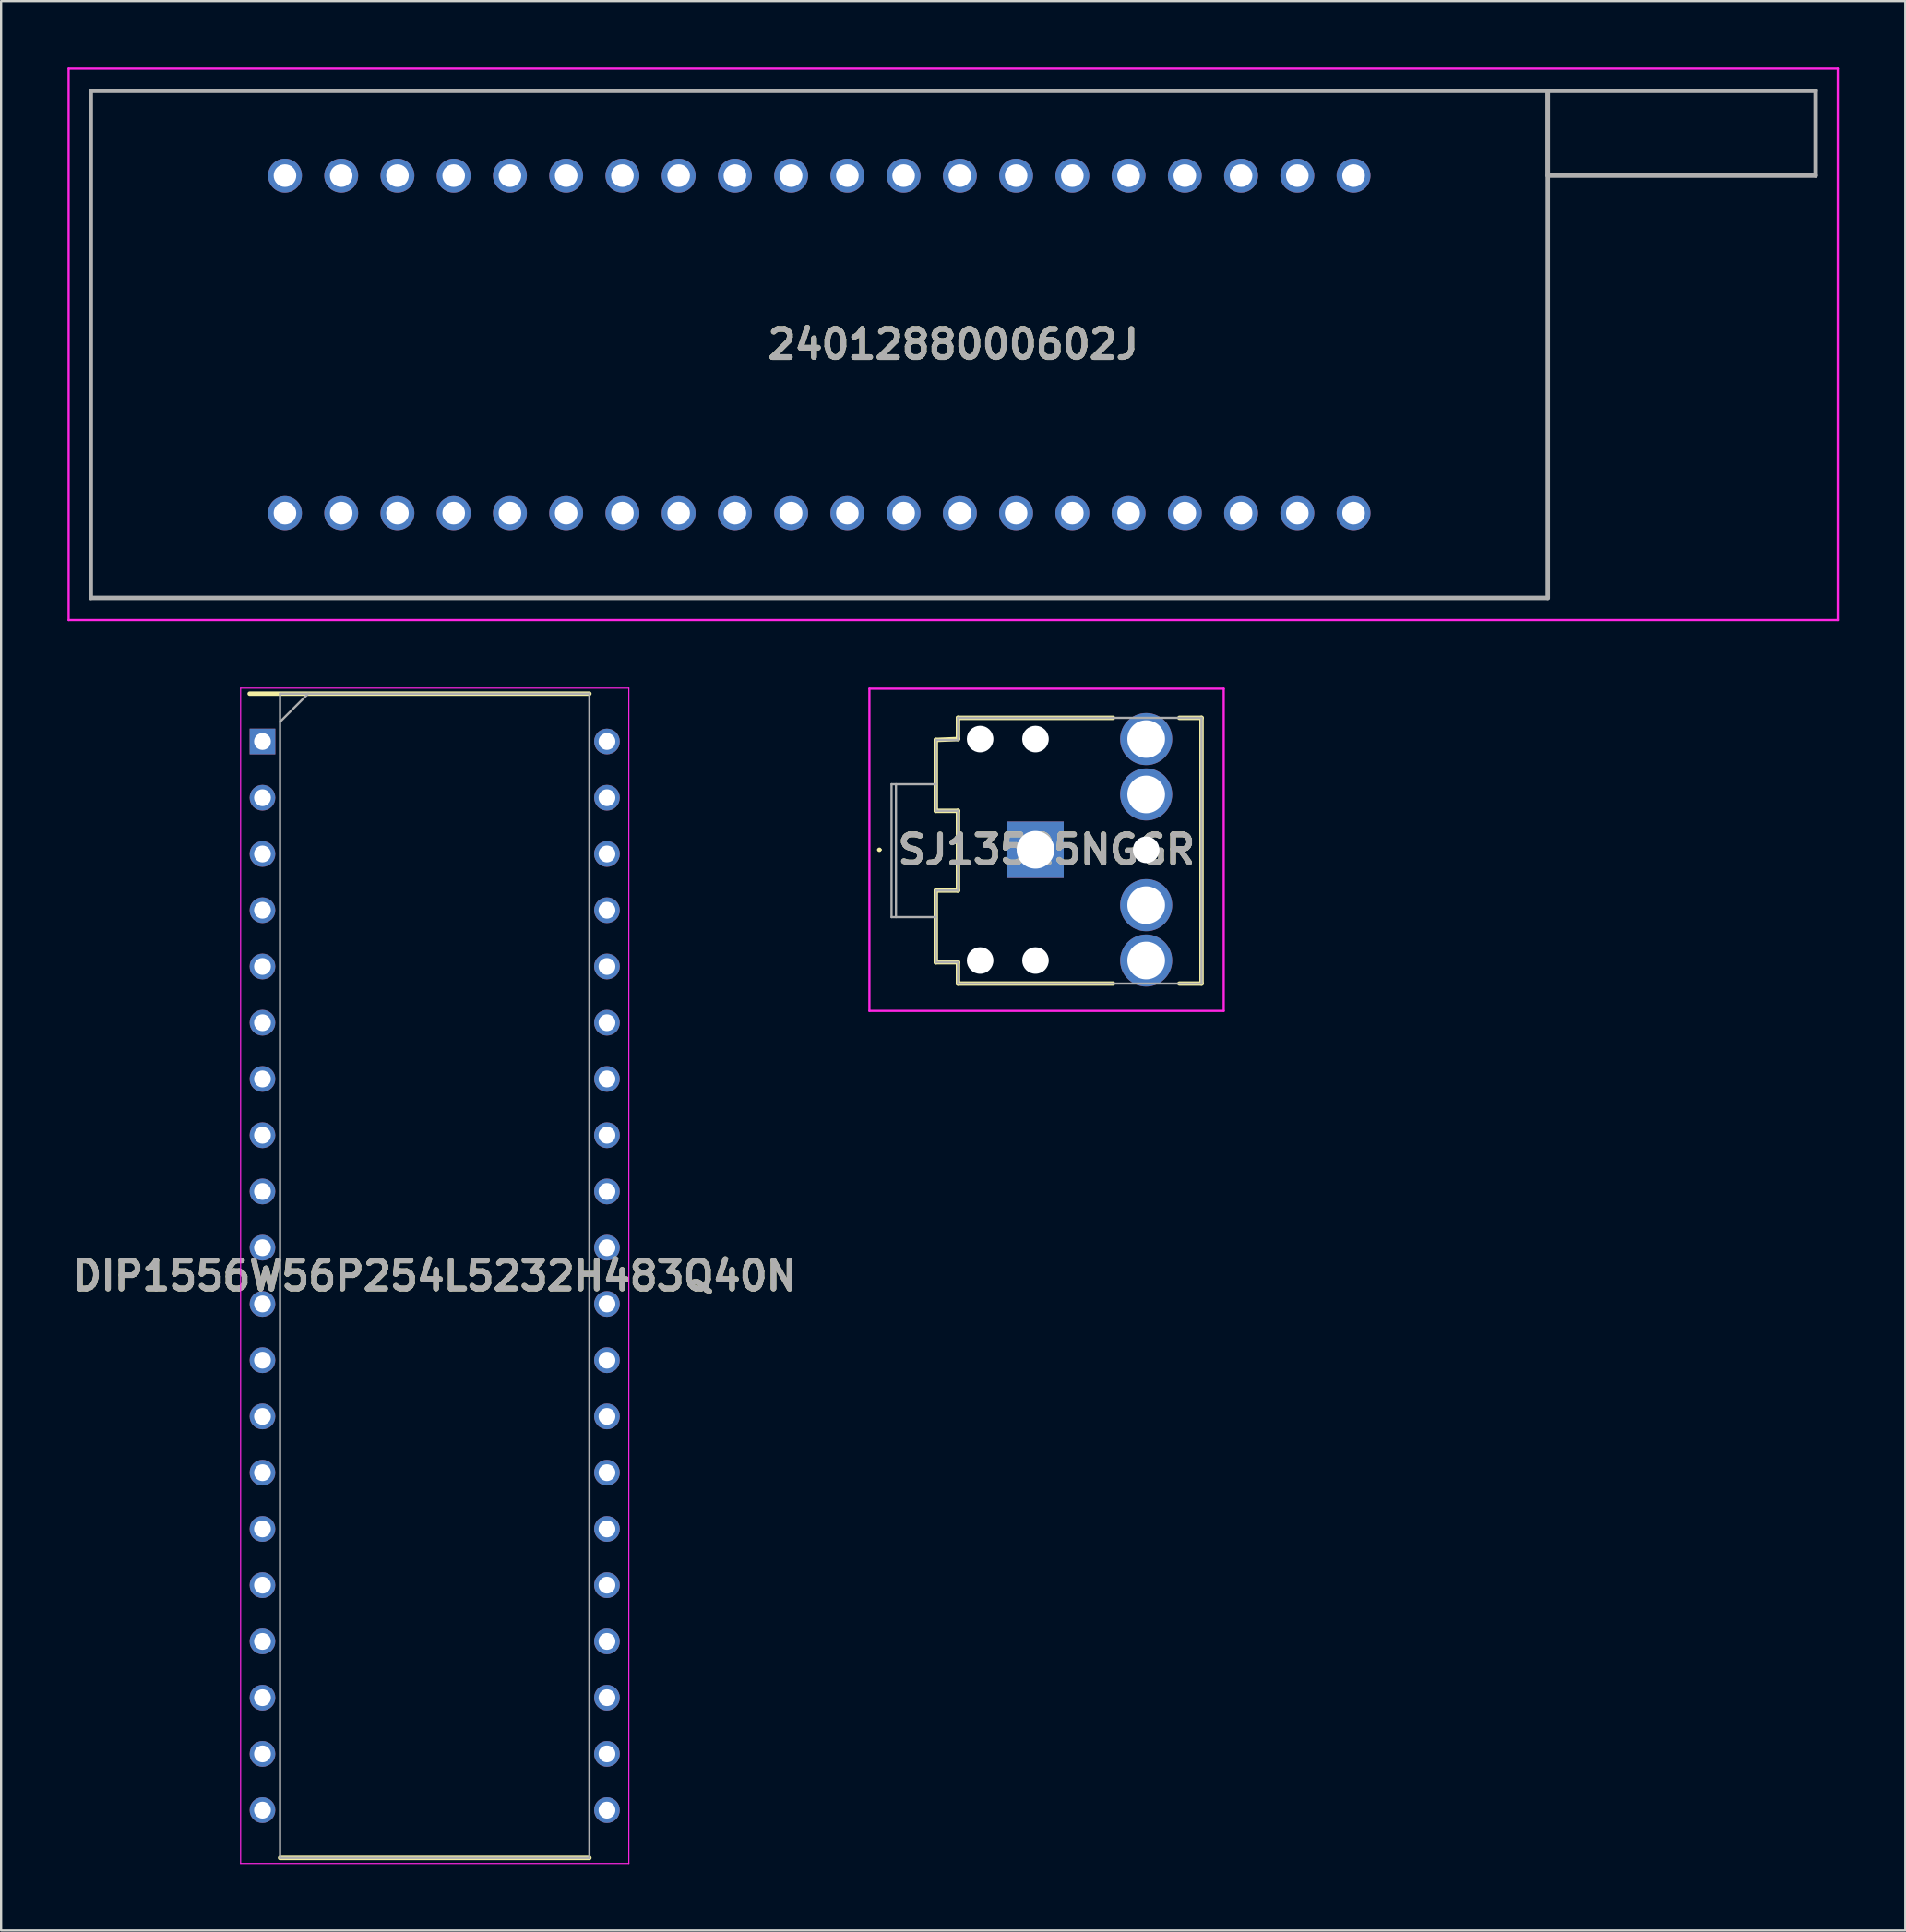
<source format=kicad_pcb>
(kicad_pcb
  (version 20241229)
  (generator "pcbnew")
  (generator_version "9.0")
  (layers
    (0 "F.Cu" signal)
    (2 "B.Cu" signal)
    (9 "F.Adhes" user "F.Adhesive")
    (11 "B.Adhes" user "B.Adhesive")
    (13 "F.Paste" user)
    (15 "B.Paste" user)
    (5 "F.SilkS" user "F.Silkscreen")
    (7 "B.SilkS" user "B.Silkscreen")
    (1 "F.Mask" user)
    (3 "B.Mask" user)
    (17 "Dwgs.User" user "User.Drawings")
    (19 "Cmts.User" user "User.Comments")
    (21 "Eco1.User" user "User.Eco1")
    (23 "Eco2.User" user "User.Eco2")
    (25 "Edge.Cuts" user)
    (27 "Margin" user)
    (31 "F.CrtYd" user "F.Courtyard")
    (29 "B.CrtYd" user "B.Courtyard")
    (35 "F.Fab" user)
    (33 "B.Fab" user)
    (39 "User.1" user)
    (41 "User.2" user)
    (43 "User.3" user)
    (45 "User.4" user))
  (footprint "2401288000602J"
    (layer "F.Cu")
    (at 9.82 20.12)
    (property "Reference" "2401288000602J" (at 30.18 -7.62 0) (layer "F.SilkS") (effects (font (size 1.27 1.27) (thickness 0.254))))
    (attr through_hole)
    (fp_line (start -8.77 -19.07) (end 57.03 -19.07) (stroke (width 0.1) (type solid)) (layer "F.SilkS"))
    (fp_line (start -8.77 3.83) (end -8.77 -19.07) (stroke (width 0.1) (type solid)) (layer "F.SilkS"))
    (fp_line (start 57.03 -19.07) (end 57.03 3.83) (stroke (width 0.1) (type solid)) (layer "F.SilkS"))
    (fp_line (start 57.03 3.83) (end -8.77 3.83) (stroke (width 0.1) (type solid)) (layer "F.SilkS"))
    (fp_line (start -9.77 -20.07) (end 70.13 -20.07) (stroke (width 0.1) (type solid)) (layer "F.CrtYd"))
    (fp_line (start -9.77 4.83) (end -9.77 -20.07) (stroke (width 0.1) (type solid)) (layer "F.CrtYd"))
    (fp_line (start 70.13 -20.07) (end 70.13 4.83) (stroke (width 0.1) (type solid)) (layer "F.CrtYd"))
    (fp_line (start 70.13 4.83) (end -9.77 4.83) (stroke (width 0.1) (type solid)) (layer "F.CrtYd"))
    (fp_line (start -8.77 -19.07) (end -8.77 3.83) (stroke (width 0.2) (type solid)) (layer "F.Fab"))
    (fp_line (start -8.77 3.83) (end 57.03 3.83) (stroke (width 0.2) (type solid)) (layer "F.Fab"))
    (fp_line (start 57.03 -19.07) (end -8.77 -19.07) (stroke (width 0.2) (type solid)) (layer "F.Fab"))
    (fp_line (start 57.03 -19.07) (end 69.13 -19.07) (stroke (width 0.2) (type solid)) (layer "F.Fab"))
    (fp_line (start 57.03 -15.24) (end 57.03 -19.07) (stroke (width 0.2) (type solid)) (layer "F.Fab"))
    (fp_line (start 57.03 3.83) (end 57.03 -19.07) (stroke (width 0.2) (type solid)) (layer "F.Fab"))
    (fp_line (start 69.13 -19.07) (end 69.13 -15.24) (stroke (width 0.2) (type solid)) (layer "F.Fab"))
    (fp_line (start 69.13 -15.24) (end 57.03 -15.24) (stroke (width 0.2) (type solid)) (layer "F.Fab"))
    (fp_text user "${REFERENCE}" (at 30.18 -7.62 0) (layer "F.Fab") (effects (font (size 1.27 1.27) (thickness 0.254))))
    (pad "1" thru_hole circle (at 0 0) (size 1.53 1.53) (drill 1.02) (layers "*.Cu" "*.Mask"))
    (pad "2" thru_hole circle (at 0 -15.24) (size 1.53 1.53) (drill 1.02) (layers "*.Cu" "*.Mask"))
    (pad "3" thru_hole circle (at 2.54 0) (size 1.53 1.53) (drill 1.02) (layers "*.Cu" "*.Mask"))
    (pad "4" thru_hole circle (at 2.54 -15.24) (size 1.53 1.53) (drill 1.02) (layers "*.Cu" "*.Mask"))
    (pad "5" thru_hole circle (at 5.08 0) (size 1.53 1.53) (drill 1.02) (layers "*.Cu" "*.Mask"))
    (pad "6" thru_hole circle (at 5.08 -15.24) (size 1.53 1.53) (drill 1.02) (layers "*.Cu" "*.Mask"))
    (pad "7" thru_hole circle (at 7.62 0) (size 1.53 1.53) (drill 1.02) (layers "*.Cu" "*.Mask"))
    (pad "8" thru_hole circle (at 7.62 -15.24) (size 1.53 1.53) (drill 1.02) (layers "*.Cu" "*.Mask"))
    (pad "9" thru_hole circle (at 10.16 0) (size 1.53 1.53) (drill 1.02) (layers "*.Cu" "*.Mask"))
    (pad "10" thru_hole circle (at 10.16 -15.24) (size 1.53 1.53) (drill 1.02) (layers "*.Cu" "*.Mask"))
    (pad "11" thru_hole circle (at 12.7 0) (size 1.53 1.53) (drill 1.02) (layers "*.Cu" "*.Mask"))
    (pad "12" thru_hole circle (at 12.7 -15.24) (size 1.53 1.53) (drill 1.02) (layers "*.Cu" "*.Mask"))
    (pad "13" thru_hole circle (at 15.24 0) (size 1.53 1.53) (drill 1.02) (layers "*.Cu" "*.Mask"))
    (pad "14" thru_hole circle (at 15.24 -15.24) (size 1.53 1.53) (drill 1.02) (layers "*.Cu" "*.Mask"))
    (pad "15" thru_hole circle (at 17.78 0) (size 1.53 1.53) (drill 1.02) (layers "*.Cu" "*.Mask"))
    (pad "16" thru_hole circle (at 17.78 -15.24) (size 1.53 1.53) (drill 1.02) (layers "*.Cu" "*.Mask"))
    (pad "17" thru_hole circle (at 20.32 0) (size 1.53 1.53) (drill 1.02) (layers "*.Cu" "*.Mask"))
    (pad "18" thru_hole circle (at 20.32 -15.24) (size 1.53 1.53) (drill 1.02) (layers "*.Cu" "*.Mask"))
    (pad "19" thru_hole circle (at 22.86 0) (size 1.53 1.53) (drill 1.02) (layers "*.Cu" "*.Mask"))
    (pad "20" thru_hole circle (at 22.86 -15.24) (size 1.53 1.53) (drill 1.02) (layers "*.Cu" "*.Mask"))
    (pad "21" thru_hole circle (at 25.4 0) (size 1.53 1.53) (drill 1.02) (layers "*.Cu" "*.Mask"))
    (pad "22" thru_hole circle (at 25.4 -15.24) (size 1.53 1.53) (drill 1.02) (layers "*.Cu" "*.Mask"))
    (pad "23" thru_hole circle (at 27.94 0) (size 1.53 1.53) (drill 1.02) (layers "*.Cu" "*.Mask"))
    (pad "24" thru_hole circle (at 27.94 -15.24) (size 1.53 1.53) (drill 1.02) (layers "*.Cu" "*.Mask"))
    (pad "25" thru_hole circle (at 30.48 0) (size 1.53 1.53) (drill 1.02) (layers "*.Cu" "*.Mask"))
    (pad "26" thru_hole circle (at 30.48 -15.24) (size 1.53 1.53) (drill 1.02) (layers "*.Cu" "*.Mask"))
    (pad "27" thru_hole circle (at 33.02 0) (size 1.53 1.53) (drill 1.02) (layers "*.Cu" "*.Mask"))
    (pad "28" thru_hole circle (at 33.02 -15.24) (size 1.53 1.53) (drill 1.02) (layers "*.Cu" "*.Mask"))
    (pad "29" thru_hole circle (at 35.56 0) (size 1.53 1.53) (drill 1.02) (layers "*.Cu" "*.Mask"))
    (pad "30" thru_hole circle (at 35.56 -15.24) (size 1.53 1.53) (drill 1.02) (layers "*.Cu" "*.Mask"))
    (pad "31" thru_hole circle (at 38.1 0) (size 1.53 1.53) (drill 1.02) (layers "*.Cu" "*.Mask"))
    (pad "32" thru_hole circle (at 38.1 -15.24) (size 1.53 1.53) (drill 1.02) (layers "*.Cu" "*.Mask"))
    (pad "33" thru_hole circle (at 40.64 0) (size 1.53 1.53) (drill 1.02) (layers "*.Cu" "*.Mask"))
    (pad "34" thru_hole circle (at 40.64 -15.24) (size 1.53 1.53) (drill 1.02) (layers "*.Cu" "*.Mask"))
    (pad "35" thru_hole circle (at 43.18 0) (size 1.53 1.53) (drill 1.02) (layers "*.Cu" "*.Mask"))
    (pad "36" thru_hole circle (at 43.18 -15.24) (size 1.53 1.53) (drill 1.02) (layers "*.Cu" "*.Mask"))
    (pad "37" thru_hole circle (at 45.72 0) (size 1.53 1.53) (drill 1.02) (layers "*.Cu" "*.Mask"))
    (pad "38" thru_hole circle (at 45.72 -15.24) (size 1.53 1.53) (drill 1.02) (layers "*.Cu" "*.Mask"))
    (pad "39" thru_hole circle (at 48.26 0) (size 1.53 1.53) (drill 1.02) (layers "*.Cu" "*.Mask"))
    (pad "40" thru_hole circle (at 48.26 -15.24) (size 1.53 1.53) (drill 1.02) (layers "*.Cu" "*.Mask")))
  (footprint "DIP1556W56P254L5232H483Q40N"
    (layer "F.Cu")
    (at 16.583 54.564)
    (property "Reference" "DIP1556W56P254L5232H483Q40N" (at 0 0 0) (layer "F.SilkS") (effects (font (size 1.27 1.27) (thickness 0.254))))
    (attr through_hole)
    (fp_line (start -8.358 -26.289) (end 6.985 -26.289) (stroke (width 0.2) (type solid)) (layer "F.SilkS"))
    (fp_line (start -6.985 26.289) (end 6.985 26.289) (stroke (width 0.2) (type solid)) (layer "F.SilkS"))
    (fp_line (start -8.767 -26.539) (end 8.767 -26.539) (stroke (width 0.05) (type solid)) (layer "F.CrtYd"))
    (fp_line (start -8.767 26.539) (end -8.767 -26.539) (stroke (width 0.05) (type solid)) (layer "F.CrtYd"))
    (fp_line (start 8.767 -26.539) (end 8.767 26.539) (stroke (width 0.05) (type solid)) (layer "F.CrtYd"))
    (fp_line (start 8.767 26.539) (end -8.767 26.539) (stroke (width 0.05) (type solid)) (layer "F.CrtYd"))
    (fp_line (start -6.985 -26.289) (end 6.985 -26.289) (stroke (width 0.1) (type solid)) (layer "F.Fab"))
    (fp_line (start -6.985 -25.019) (end -5.715 -26.289) (stroke (width 0.1) (type solid)) (layer "F.Fab"))
    (fp_line (start -6.985 26.289) (end -6.985 -26.289) (stroke (width 0.1) (type solid)) (layer "F.Fab"))
    (fp_line (start 6.985 -26.289) (end 6.985 26.289) (stroke (width 0.1) (type solid)) (layer "F.Fab"))
    (fp_line (start 6.985 26.289) (end -6.985 26.289) (stroke (width 0.1) (type solid)) (layer "F.Fab"))
    (fp_text user "${REFERENCE}" (at 0 0 0) (layer "F.Fab") (effects (font (size 1.27 1.27) (thickness 0.254))))
    (pad "1" thru_hole rect (at -7.779 -24.13) (size 1.159 1.159) (drill 0.759) (layers "*.Cu" "*.Mask"))
    (pad "2" thru_hole circle (at -7.779 -21.59) (size 1.159 1.159) (drill 0.759) (layers "*.Cu" "*.Mask"))
    (pad "3" thru_hole circle (at -7.779 -19.05) (size 1.159 1.159) (drill 0.759) (layers "*.Cu" "*.Mask"))
    (pad "4" thru_hole circle (at -7.779 -16.51) (size 1.159 1.159) (drill 0.759) (layers "*.Cu" "*.Mask"))
    (pad "5" thru_hole circle (at -7.779 -13.97) (size 1.159 1.159) (drill 0.759) (layers "*.Cu" "*.Mask"))
    (pad "6" thru_hole circle (at -7.779 -11.43) (size 1.159 1.159) (drill 0.759) (layers "*.Cu" "*.Mask"))
    (pad "7" thru_hole circle (at -7.779 -8.89) (size 1.159 1.159) (drill 0.759) (layers "*.Cu" "*.Mask"))
    (pad "8" thru_hole circle (at -7.779 -6.35) (size 1.159 1.159) (drill 0.759) (layers "*.Cu" "*.Mask"))
    (pad "9" thru_hole circle (at -7.779 -3.81) (size 1.159 1.159) (drill 0.759) (layers "*.Cu" "*.Mask"))
    (pad "10" thru_hole circle (at -7.779 -1.27) (size 1.159 1.159) (drill 0.759) (layers "*.Cu" "*.Mask"))
    (pad "11" thru_hole circle (at -7.779 1.27) (size 1.159 1.159) (drill 0.759) (layers "*.Cu" "*.Mask"))
    (pad "12" thru_hole circle (at -7.779 3.81) (size 1.159 1.159) (drill 0.759) (layers "*.Cu" "*.Mask"))
    (pad "13" thru_hole circle (at -7.779 6.35) (size 1.159 1.159) (drill 0.759) (layers "*.Cu" "*.Mask"))
    (pad "14" thru_hole circle (at -7.779 8.89) (size 1.159 1.159) (drill 0.759) (layers "*.Cu" "*.Mask"))
    (pad "15" thru_hole circle (at -7.779 11.43) (size 1.159 1.159) (drill 0.759) (layers "*.Cu" "*.Mask"))
    (pad "16" thru_hole circle (at -7.779 13.97) (size 1.159 1.159) (drill 0.759) (layers "*.Cu" "*.Mask"))
    (pad "17" thru_hole circle (at -7.779 16.51) (size 1.159 1.159) (drill 0.759) (layers "*.Cu" "*.Mask"))
    (pad "18" thru_hole circle (at -7.779 19.05) (size 1.159 1.159) (drill 0.759) (layers "*.Cu" "*.Mask"))
    (pad "19" thru_hole circle (at -7.779 21.59) (size 1.159 1.159) (drill 0.759) (layers "*.Cu" "*.Mask"))
    (pad "20" thru_hole circle (at -7.779 24.13) (size 1.159 1.159) (drill 0.759) (layers "*.Cu" "*.Mask"))
    (pad "21" thru_hole circle (at 7.779 24.13) (size 1.159 1.159) (drill 0.759) (layers "*.Cu" "*.Mask"))
    (pad "22" thru_hole circle (at 7.779 21.59) (size 1.159 1.159) (drill 0.759) (layers "*.Cu" "*.Mask"))
    (pad "23" thru_hole circle (at 7.779 19.05) (size 1.159 1.159) (drill 0.759) (layers "*.Cu" "*.Mask"))
    (pad "24" thru_hole circle (at 7.779 16.51) (size 1.159 1.159) (drill 0.759) (layers "*.Cu" "*.Mask"))
    (pad "25" thru_hole circle (at 7.779 13.97) (size 1.159 1.159) (drill 0.759) (layers "*.Cu" "*.Mask"))
    (pad "26" thru_hole circle (at 7.779 11.43) (size 1.159 1.159) (drill 0.759) (layers "*.Cu" "*.Mask"))
    (pad "27" thru_hole circle (at 7.779 8.89) (size 1.159 1.159) (drill 0.759) (layers "*.Cu" "*.Mask"))
    (pad "28" thru_hole circle (at 7.779 6.35) (size 1.159 1.159) (drill 0.759) (layers "*.Cu" "*.Mask"))
    (pad "29" thru_hole circle (at 7.779 3.81) (size 1.159 1.159) (drill 0.759) (layers "*.Cu" "*.Mask"))
    (pad "30" thru_hole circle (at 7.779 1.27) (size 1.159 1.159) (drill 0.759) (layers "*.Cu" "*.Mask"))
    (pad "31" thru_hole circle (at 7.779 -1.27) (size 1.159 1.159) (drill 0.759) (layers "*.Cu" "*.Mask"))
    (pad "32" thru_hole circle (at 7.779 -3.81) (size 1.159 1.159) (drill 0.759) (layers "*.Cu" "*.Mask"))
    (pad "33" thru_hole circle (at 7.779 -6.35) (size 1.159 1.159) (drill 0.759) (layers "*.Cu" "*.Mask"))
    (pad "34" thru_hole circle (at 7.779 -8.89) (size 1.159 1.159) (drill 0.759) (layers "*.Cu" "*.Mask"))
    (pad "35" thru_hole circle (at 7.779 -11.43) (size 1.159 1.159) (drill 0.759) (layers "*.Cu" "*.Mask"))
    (pad "36" thru_hole circle (at 7.779 -13.97) (size 1.159 1.159) (drill 0.759) (layers "*.Cu" "*.Mask"))
    (pad "37" thru_hole circle (at 7.779 -16.51) (size 1.159 1.159) (drill 0.759) (layers "*.Cu" "*.Mask"))
    (pad "38" thru_hole circle (at 7.779 -19.05) (size 1.159 1.159) (drill 0.759) (layers "*.Cu" "*.Mask"))
    (pad "39" thru_hole circle (at 7.779 -21.59) (size 1.159 1.159) (drill 0.759) (layers "*.Cu" "*.Mask"))
    (pad "40" thru_hole circle (at 7.779 -24.13) (size 1.159 1.159) (drill 0.759) (layers "*.Cu" "*.Mask")))
  (footprint "SJ13525NGGR"
    (layer "F.Cu")
    (at 43.715 35.325)
    (property "Reference" "SJ13525NGGR" (at 0.5 0 0) (layer "F.SilkS") (effects (font (size 1.27 1.27) (thickness 0.254))))
    (attr through_hole)
    (fp_line (start -7.1 0) (end -7.1 0) (stroke (width 0.1) (type solid)) (layer "F.SilkS"))
    (fp_line (start -7 0) (end -7 0) (stroke (width 0.1) (type solid)) (layer "F.SilkS"))
    (fp_line (start -4.5 -4.96) (end -4.5 -1.76) (stroke (width 0.2) (type solid)) (layer "F.SilkS"))
    (fp_line (start -4.5 -1.76) (end -3.5 -1.76) (stroke (width 0.2) (type solid)) (layer "F.SilkS"))
    (fp_line (start -4.5 1.84) (end -4.5 5.08) (stroke (width 0.2) (type solid)) (layer "F.SilkS"))
    (fp_line (start -4.5 5.08) (end -3.5 5.08) (stroke (width 0.2) (type solid)) (layer "F.SilkS"))
    (fp_line (start -3.5 -5.96) (end -3.5 -5) (stroke (width 0.2) (type solid)) (layer "F.SilkS"))
    (fp_line (start -3.5 -5) (end -4.5 -4.96) (stroke (width 0.2) (type solid)) (layer "F.SilkS"))
    (fp_line (start -3.5 -1.76) (end -3.5 1.84) (stroke (width 0.2) (type solid)) (layer "F.SilkS"))
    (fp_line (start -3.5 1.84) (end -4.5 1.84) (stroke (width 0.2) (type solid)) (layer "F.SilkS"))
    (fp_line (start -3.5 5.08) (end -3.5 6.04) (stroke (width 0.2) (type solid)) (layer "F.SilkS"))
    (fp_line (start -3.5 6.04) (end 3.5 6.04) (stroke (width 0.2) (type solid)) (layer "F.SilkS"))
    (fp_line (start 3.5 -5.96) (end -3.5 -5.96) (stroke (width 0.2) (type solid)) (layer "F.SilkS"))
    (fp_line (start 6.5 -5.96) (end 7.5 -5.96) (stroke (width 0.2) (type solid)) (layer "F.SilkS"))
    (fp_line (start 7.5 -5.96) (end 7.5 6.04) (stroke (width 0.2) (type solid)) (layer "F.SilkS"))
    (fp_line (start 7.5 6.04) (end 6.5 6.04) (stroke (width 0.2) (type solid)) (layer "F.SilkS"))
    (fp_arc (start -7.1 0) (mid -7.05 -0.05) (end -7 0) (stroke (width 0.1) (type solid)) (layer "F.SilkS"))
    (fp_arc (start -7 0) (mid -7.05 0.05) (end -7.1 0) (stroke (width 0.1) (type solid)) (layer "F.SilkS"))
    (fp_line (start -7.5 -7.275) (end 8.5 -7.275) (stroke (width 0.1) (type solid)) (layer "F.CrtYd"))
    (fp_line (start -7.5 7.275) (end -7.5 -7.275) (stroke (width 0.1) (type solid)) (layer "F.CrtYd"))
    (fp_line (start 8.5 -7.275) (end 8.5 7.275) (stroke (width 0.1) (type solid)) (layer "F.CrtYd"))
    (fp_line (start 8.5 7.275) (end -7.5 7.275) (stroke (width 0.1) (type solid)) (layer "F.CrtYd"))
    (fp_line (start -6.5 -2.96) (end -6.5 3.04) (stroke (width 0.1) (type solid)) (layer "F.Fab"))
    (fp_line (start -6.5 3.04) (end -4.5 3.04) (stroke (width 0.1) (type solid)) (layer "F.Fab"))
    (fp_line (start -6.3 -2.96) (end -6.3 3.04) (stroke (width 0.1) (type solid)) (layer "F.Fab"))
    (fp_line (start -4.5 -4.96) (end -3.5 -4.96) (stroke (width 0.1) (type solid)) (layer "F.Fab"))
    (fp_line (start -4.5 -2.96) (end -6.5 -2.96) (stroke (width 0.1) (type solid)) (layer "F.Fab"))
    (fp_line (start -4.5 -1.76) (end -4.5 -4.96) (stroke (width 0.1) (type solid)) (layer "F.Fab"))
    (fp_line (start -4.5 1.84) (end -3.5 1.84) (stroke (width 0.1) (type solid)) (layer "F.Fab"))
    (fp_line (start -4.5 5.08) (end -4.5 1.84) (stroke (width 0.1) (type solid)) (layer "F.Fab"))
    (fp_line (start -3.5 -5.96) (end 7.5 -5.96) (stroke (width 0.1) (type solid)) (layer "F.Fab"))
    (fp_line (start -3.5 -4.96) (end -3.5 -5.96) (stroke (width 0.1) (type solid)) (layer "F.Fab"))
    (fp_line (start -3.5 -1.76) (end -4.5 -1.76) (stroke (width 0.1) (type solid)) (layer "F.Fab"))
    (fp_line (start -3.5 1.84) (end -3.5 -1.76) (stroke (width 0.1) (type solid)) (layer "F.Fab"))
    (fp_line (start -3.5 5.08) (end -4.5 5.08) (stroke (width 0.1) (type solid)) (layer "F.Fab"))
    (fp_line (start -3.5 6.04) (end -3.5 5.08) (stroke (width 0.1) (type solid)) (layer "F.Fab"))
    (fp_line (start 7.5 -5.96) (end 7.5 6.04) (stroke (width 0.1) (type solid)) (layer "F.Fab"))
    (fp_line (start 7.5 6.04) (end -3.5 6.04) (stroke (width 0.1) (type solid)) (layer "F.Fab"))
    (fp_text user "${REFERENCE}" (at 0.5 0 0) (layer "F.Fab") (effects (font (size 1.27 1.27) (thickness 0.254))))
    (pad "" np_thru_hole circle (at -2.5 -5) (size 1.2 1.2) (drill 1.2) (layers "*.Cu" "*.Mask"))
    (pad "" np_thru_hole circle (at -2.5 5) (size 1.2 1.2) (drill 1.2) (layers "*.Cu" "*.Mask"))
    (pad "" np_thru_hole circle (at 0 -5) (size 1.2 1.2) (drill 1.2) (layers "*.Cu" "*.Mask"))
    (pad "" np_thru_hole circle (at 0 5) (size 1.2 1.2) (drill 1.2) (layers "*.Cu" "*.Mask"))
    (pad "" np_thru_hole circle (at 5 0) (size 1.2 1.2) (drill 1.2) (layers "*.Cu" "*.Mask"))
    (pad "1" thru_hole rect (at 0 0) (size 2.55 2.55) (drill 1.7) (layers "*.Cu" "*.Mask"))
    (pad "2" thru_hole circle (at 5 5) (size 2.35 2.35) (drill 1.7) (layers "*.Cu" "*.Mask"))
    (pad "3" thru_hole circle (at 5 -5) (size 2.35 2.35) (drill 1.7) (layers "*.Cu" "*.Mask"))
    (pad "4" thru_hole circle (at 5 2.5) (size 2.35 2.35) (drill 1.7) (layers "*.Cu" "*.Mask"))
    (pad "5" thru_hole circle (at 5 -2.5) (size 2.35 2.35) (drill 1.7) (layers "*.Cu" "*.Mask")))
  (gr_rect
    (start -3 -3)
    (end 83 84.128)
    (stroke (width 0.1) (type default))
    (fill no)
    (layer "Edge.Cuts")))
</source>
